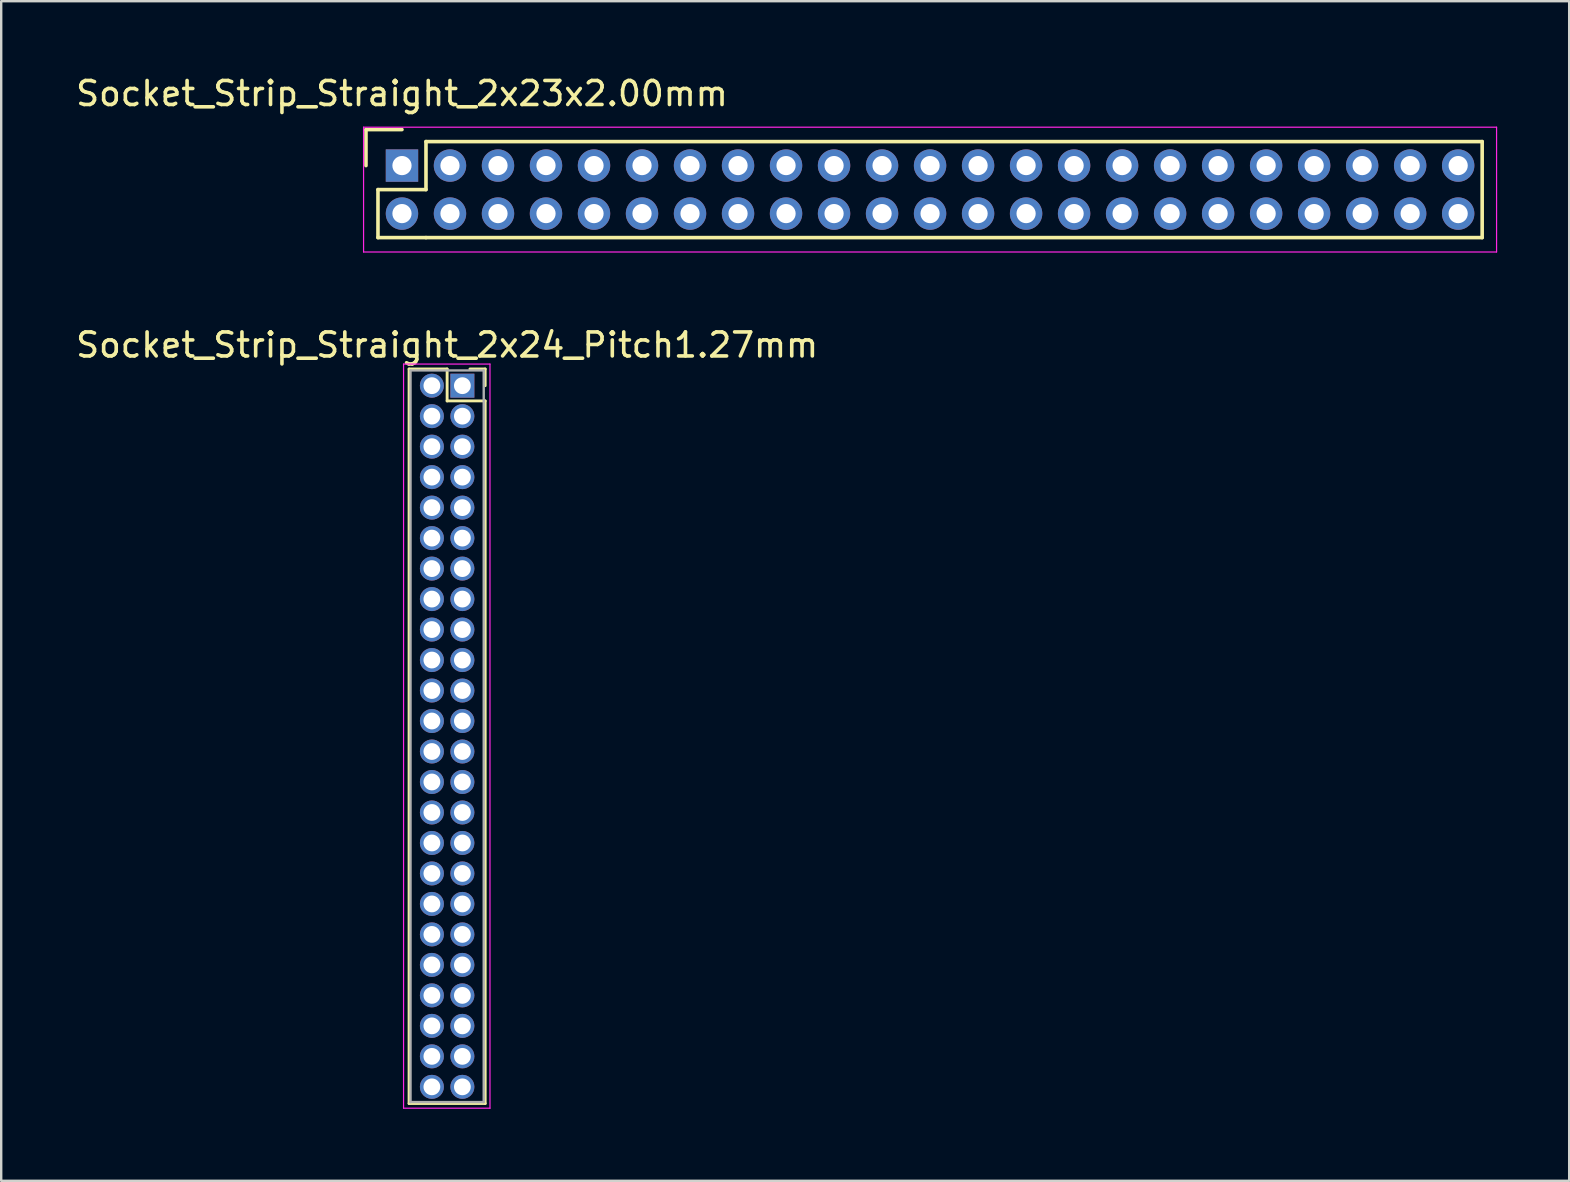
<source format=kicad_pcb>
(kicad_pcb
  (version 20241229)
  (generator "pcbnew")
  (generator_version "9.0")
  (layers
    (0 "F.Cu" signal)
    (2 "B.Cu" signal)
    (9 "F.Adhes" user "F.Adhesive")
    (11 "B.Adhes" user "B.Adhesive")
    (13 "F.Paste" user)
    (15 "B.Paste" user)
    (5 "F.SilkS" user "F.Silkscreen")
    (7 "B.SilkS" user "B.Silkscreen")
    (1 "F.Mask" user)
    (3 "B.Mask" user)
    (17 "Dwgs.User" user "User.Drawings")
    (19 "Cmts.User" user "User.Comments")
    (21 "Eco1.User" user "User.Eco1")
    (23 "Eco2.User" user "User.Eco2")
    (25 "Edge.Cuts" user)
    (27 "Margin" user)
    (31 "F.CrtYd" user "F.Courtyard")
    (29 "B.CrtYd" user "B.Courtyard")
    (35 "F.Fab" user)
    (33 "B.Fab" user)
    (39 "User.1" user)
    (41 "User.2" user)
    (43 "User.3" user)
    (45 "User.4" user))
  (footprint "Socket_Strip_Straight_2x23x2.00mm"
    (layer "F.Cu")
    (at 13.696 3.848)
    (property "Reference" "Socket_Strip_Straight_2x23x2.00mm" (at 0 -3 0) (layer "F.SilkS") (effects (font (size 1 1) (thickness 0.15))))
    (attr through_hole)
    (fp_line (start -1.5 -1.5) (end -1.5 0) (stroke (width 0.15) (type solid)) (layer "F.SilkS"))
    (fp_line (start -1 1) (end -1 3) (stroke (width 0.15) (type solid)) (layer "F.SilkS"))
    (fp_line (start -1 3) (end 1 3) (stroke (width 0.15) (type solid)) (layer "F.SilkS"))
    (fp_line (start 0 -1.5) (end -1.5 -1.5) (stroke (width 0.15) (type solid)) (layer "F.SilkS"))
    (fp_line (start 1 -1) (end 1 1) (stroke (width 0.15) (type solid)) (layer "F.SilkS"))
    (fp_line (start 1 1) (end -1 1) (stroke (width 0.15) (type solid)) (layer "F.SilkS"))
    (fp_line (start 1 3) (end 45 3) (stroke (width 0.15) (type solid)) (layer "F.SilkS"))
    (fp_line (start 45 -1) (end 1 -1) (stroke (width 0.15) (type solid)) (layer "F.SilkS"))
    (fp_line (start 45 3) (end 45 -1) (stroke (width 0.15) (type solid)) (layer "F.SilkS"))
    (fp_line (start -1.6 -1.6) (end -1.6 3.6) (stroke (width 0.05) (type solid)) (layer "F.CrtYd"))
    (fp_line (start -1.6 3.6) (end 45.6 3.6) (stroke (width 0.05) (type solid)) (layer "F.CrtYd"))
    (fp_line (start 45.6 -1.6) (end -1.6 -1.6) (stroke (width 0.05) (type solid)) (layer "F.CrtYd"))
    (fp_line (start 45.6 3.6) (end 45.6 -1.6) (stroke (width 0.05) (type solid)) (layer "F.CrtYd"))
    (pad "1" thru_hole rect (at 0 0) (size 1.35 1.35) (drill 0.8) (layers "*.Cu" "*.Mask"))
    (pad "2" thru_hole circle (at 0 2) (size 1.35 1.35) (drill 0.8) (layers "*.Cu" "*.Mask"))
    (pad "3" thru_hole circle (at 2 0) (size 1.35 1.35) (drill 0.8) (layers "*.Cu" "*.Mask"))
    (pad "4" thru_hole circle (at 2 2) (size 1.35 1.35) (drill 0.8) (layers "*.Cu" "*.Mask"))
    (pad "5" thru_hole circle (at 4 0) (size 1.35 1.35) (drill 0.8) (layers "*.Cu" "*.Mask"))
    (pad "6" thru_hole circle (at 4 2) (size 1.35 1.35) (drill 0.8) (layers "*.Cu" "*.Mask"))
    (pad "7" thru_hole circle (at 6 0) (size 1.35 1.35) (drill 0.8) (layers "*.Cu" "*.Mask"))
    (pad "8" thru_hole circle (at 6 2) (size 1.35 1.35) (drill 0.8) (layers "*.Cu" "*.Mask"))
    (pad "9" thru_hole circle (at 8 0) (size 1.35 1.35) (drill 0.8) (layers "*.Cu" "*.Mask"))
    (pad "10" thru_hole circle (at 8 2) (size 1.35 1.35) (drill 0.8) (layers "*.Cu" "*.Mask"))
    (pad "11" thru_hole circle (at 10 0) (size 1.35 1.35) (drill 0.8) (layers "*.Cu" "*.Mask"))
    (pad "12" thru_hole circle (at 10 2) (size 1.35 1.35) (drill 0.8) (layers "*.Cu" "*.Mask"))
    (pad "13" thru_hole circle (at 12 0) (size 1.35 1.35) (drill 0.8) (layers "*.Cu" "*.Mask"))
    (pad "14" thru_hole circle (at 12 2) (size 1.35 1.35) (drill 0.8) (layers "*.Cu" "*.Mask"))
    (pad "15" thru_hole circle (at 14 0) (size 1.35 1.35) (drill 0.8) (layers "*.Cu" "*.Mask"))
    (pad "16" thru_hole circle (at 14 2) (size 1.35 1.35) (drill 0.8) (layers "*.Cu" "*.Mask"))
    (pad "17" thru_hole circle (at 16 0) (size 1.35 1.35) (drill 0.8) (layers "*.Cu" "*.Mask"))
    (pad "18" thru_hole circle (at 16 2) (size 1.35 1.35) (drill 0.8) (layers "*.Cu" "*.Mask"))
    (pad "19" thru_hole circle (at 18 0) (size 1.35 1.35) (drill 0.8) (layers "*.Cu" "*.Mask"))
    (pad "20" thru_hole circle (at 18 2) (size 1.35 1.35) (drill 0.8) (layers "*.Cu" "*.Mask"))
    (pad "21" thru_hole circle (at 20 0) (size 1.35 1.35) (drill 0.8) (layers "*.Cu" "*.Mask"))
    (pad "22" thru_hole circle (at 20 2) (size 1.35 1.35) (drill 0.8) (layers "*.Cu" "*.Mask"))
    (pad "23" thru_hole circle (at 22 0) (size 1.35 1.35) (drill 0.8) (layers "*.Cu" "*.Mask"))
    (pad "24" thru_hole circle (at 22 2) (size 1.35 1.35) (drill 0.8) (layers "*.Cu" "*.Mask"))
    (pad "25" thru_hole circle (at 24 0) (size 1.35 1.35) (drill 0.8) (layers "*.Cu" "*.Mask"))
    (pad "26" thru_hole circle (at 24 2) (size 1.35 1.35) (drill 0.8) (layers "*.Cu" "*.Mask"))
    (pad "27" thru_hole circle (at 26 0) (size 1.35 1.35) (drill 0.8) (layers "*.Cu" "*.Mask"))
    (pad "28" thru_hole circle (at 26 2) (size 1.35 1.35) (drill 0.8) (layers "*.Cu" "*.Mask"))
    (pad "29" thru_hole circle (at 28 0) (size 1.35 1.35) (drill 0.8) (layers "*.Cu" "*.Mask"))
    (pad "30" thru_hole circle (at 28 2) (size 1.35 1.35) (drill 0.8) (layers "*.Cu" "*.Mask"))
    (pad "31" thru_hole circle (at 30 0) (size 1.35 1.35) (drill 0.8) (layers "*.Cu" "*.Mask"))
    (pad "32" thru_hole circle (at 30 2) (size 1.35 1.35) (drill 0.8) (layers "*.Cu" "*.Mask"))
    (pad "33" thru_hole circle (at 32 0) (size 1.35 1.35) (drill 0.8) (layers "*.Cu" "*.Mask"))
    (pad "34" thru_hole circle (at 32 2) (size 1.35 1.35) (drill 0.8) (layers "*.Cu" "*.Mask"))
    (pad "35" thru_hole circle (at 34 0) (size 1.35 1.35) (drill 0.8) (layers "*.Cu" "*.Mask"))
    (pad "36" thru_hole circle (at 34 2) (size 1.35 1.35) (drill 0.8) (layers "*.Cu" "*.Mask"))
    (pad "37" thru_hole circle (at 36 0) (size 1.35 1.35) (drill 0.8) (layers "*.Cu" "*.Mask"))
    (pad "38" thru_hole circle (at 36 2) (size 1.35 1.35) (drill 0.8) (layers "*.Cu" "*.Mask"))
    (pad "39" thru_hole circle (at 38 0) (size 1.35 1.35) (drill 0.8) (layers "*.Cu" "*.Mask"))
    (pad "40" thru_hole circle (at 38 2) (size 1.35 1.35) (drill 0.8) (layers "*.Cu" "*.Mask"))
    (pad "41" thru_hole circle (at 40 0) (size 1.35 1.35) (drill 0.8) (layers "*.Cu" "*.Mask"))
    (pad "42" thru_hole circle (at 40 2) (size 1.35 1.35) (drill 0.8) (layers "*.Cu" "*.Mask"))
    (pad "43" thru_hole circle (at 42 0) (size 1.35 1.35) (drill 0.8) (layers "*.Cu" "*.Mask"))
    (pad "44" thru_hole circle (at 42 2) (size 1.35 1.35) (drill 0.8) (layers "*.Cu" "*.Mask"))
    (pad "45" thru_hole circle (at 44 0) (size 1.35 1.35) (drill 0.8) (layers "*.Cu" "*.Mask"))
    (pad "46" thru_hole circle (at 44 2) (size 1.35 1.35) (drill 0.8) (layers "*.Cu" "*.Mask")))
  (footprint "Socket_Strip_Straight_2x24_Pitch1.27mm"
    (layer "F.Cu")
    (at 16.212 13.017)
    (property "Reference" "Socket_Strip_Straight_2x24_Pitch1.27mm" (at -0.635 -1.695 0) (layer "F.SilkS") (effects (font (size 1 1) (thickness 0.15))))
    (attr through_hole)
    (fp_line (start -2.22 -0.695) (end -0.635 -0.695) (stroke (width 0.12) (type solid)) (layer "F.SilkS"))
    (fp_line (start -2.22 29.905) (end -2.22 -0.695) (stroke (width 0.12) (type solid)) (layer "F.SilkS"))
    (fp_line (start -0.635 -0.695) (end -0.635 0.635) (stroke (width 0.12) (type solid)) (layer "F.SilkS"))
    (fp_line (start -0.635 0.635) (end 0.95 0.635) (stroke (width 0.12) (type solid)) (layer "F.SilkS"))
    (fp_line (start 0.95 -0.695) (end 0.315 -0.695) (stroke (width 0.12) (type solid)) (layer "F.SilkS"))
    (fp_line (start 0.95 0) (end 0.95 -0.695) (stroke (width 0.12) (type solid)) (layer "F.SilkS"))
    (fp_line (start 0.95 0.635) (end 0.95 29.905) (stroke (width 0.12) (type solid)) (layer "F.SilkS"))
    (fp_line (start 0.95 29.905) (end -2.22 29.905) (stroke (width 0.12) (type solid)) (layer "F.SilkS"))
    (fp_line (start -2.45 -0.9) (end -2.45 30.1) (stroke (width 0.05) (type solid)) (layer "F.CrtYd"))
    (fp_line (start -2.45 30.1) (end 1.15 30.1) (stroke (width 0.05) (type solid)) (layer "F.CrtYd"))
    (fp_line (start 1.15 -0.9) (end -2.45 -0.9) (stroke (width 0.05) (type solid)) (layer "F.CrtYd"))
    (fp_line (start 1.15 30.1) (end 1.15 -0.9) (stroke (width 0.05) (type solid)) (layer "F.CrtYd"))
    (fp_line (start -2.16 -0.635) (end -2.16 29.845) (stroke (width 0.1) (type solid)) (layer "F.Fab"))
    (fp_line (start -2.16 29.845) (end 0.89 29.845) (stroke (width 0.1) (type solid)) (layer "F.Fab"))
    (fp_line (start 0.89 -0.635) (end -2.16 -0.635) (stroke (width 0.1) (type solid)) (layer "F.Fab"))
    (fp_line (start 0.89 29.845) (end 0.89 -0.635) (stroke (width 0.1) (type solid)) (layer "F.Fab"))
    (pad "1" thru_hole rect (at 0 0) (size 1 1) (drill 0.7) (layers "*.Cu" "*.Mask"))
    (pad "2" thru_hole oval (at -1.27 0) (size 1 1) (drill 0.7) (layers "*.Cu" "*.Mask"))
    (pad "3" thru_hole oval (at 0 1.27) (size 1 1) (drill 0.7) (layers "*.Cu" "*.Mask"))
    (pad "4" thru_hole oval (at -1.27 1.27) (size 1 1) (drill 0.7) (layers "*.Cu" "*.Mask"))
    (pad "5" thru_hole oval (at 0 2.54) (size 1 1) (drill 0.7) (layers "*.Cu" "*.Mask"))
    (pad "6" thru_hole oval (at -1.27 2.54) (size 1 1) (drill 0.7) (layers "*.Cu" "*.Mask"))
    (pad "7" thru_hole oval (at 0 3.81) (size 1 1) (drill 0.7) (layers "*.Cu" "*.Mask"))
    (pad "8" thru_hole oval (at -1.27 3.81) (size 1 1) (drill 0.7) (layers "*.Cu" "*.Mask"))
    (pad "9" thru_hole oval (at 0 5.08) (size 1 1) (drill 0.7) (layers "*.Cu" "*.Mask"))
    (pad "10" thru_hole oval (at -1.27 5.08) (size 1 1) (drill 0.7) (layers "*.Cu" "*.Mask"))
    (pad "11" thru_hole oval (at 0 6.35) (size 1 1) (drill 0.7) (layers "*.Cu" "*.Mask"))
    (pad "12" thru_hole oval (at -1.27 6.35) (size 1 1) (drill 0.7) (layers "*.Cu" "*.Mask"))
    (pad "13" thru_hole oval (at 0 7.62) (size 1 1) (drill 0.7) (layers "*.Cu" "*.Mask"))
    (pad "14" thru_hole oval (at -1.27 7.62) (size 1 1) (drill 0.7) (layers "*.Cu" "*.Mask"))
    (pad "15" thru_hole oval (at 0 8.89) (size 1 1) (drill 0.7) (layers "*.Cu" "*.Mask"))
    (pad "16" thru_hole oval (at -1.27 8.89) (size 1 1) (drill 0.7) (layers "*.Cu" "*.Mask"))
    (pad "17" thru_hole oval (at 0 10.16) (size 1 1) (drill 0.7) (layers "*.Cu" "*.Mask"))
    (pad "18" thru_hole oval (at -1.27 10.16) (size 1 1) (drill 0.7) (layers "*.Cu" "*.Mask"))
    (pad "19" thru_hole oval (at 0 11.43) (size 1 1) (drill 0.7) (layers "*.Cu" "*.Mask"))
    (pad "20" thru_hole oval (at -1.27 11.43) (size 1 1) (drill 0.7) (layers "*.Cu" "*.Mask"))
    (pad "21" thru_hole oval (at 0 12.7) (size 1 1) (drill 0.7) (layers "*.Cu" "*.Mask"))
    (pad "22" thru_hole oval (at -1.27 12.7) (size 1 1) (drill 0.7) (layers "*.Cu" "*.Mask"))
    (pad "23" thru_hole oval (at 0 13.97) (size 1 1) (drill 0.7) (layers "*.Cu" "*.Mask"))
    (pad "24" thru_hole oval (at -1.27 13.97) (size 1 1) (drill 0.7) (layers "*.Cu" "*.Mask"))
    (pad "25" thru_hole oval (at 0 15.24) (size 1 1) (drill 0.7) (layers "*.Cu" "*.Mask"))
    (pad "26" thru_hole oval (at -1.27 15.24) (size 1 1) (drill 0.7) (layers "*.Cu" "*.Mask"))
    (pad "27" thru_hole oval (at 0 16.51) (size 1 1) (drill 0.7) (layers "*.Cu" "*.Mask"))
    (pad "28" thru_hole oval (at -1.27 16.51) (size 1 1) (drill 0.7) (layers "*.Cu" "*.Mask"))
    (pad "29" thru_hole oval (at 0 17.78) (size 1 1) (drill 0.7) (layers "*.Cu" "*.Mask"))
    (pad "30" thru_hole oval (at -1.27 17.78) (size 1 1) (drill 0.7) (layers "*.Cu" "*.Mask"))
    (pad "31" thru_hole oval (at 0 19.05) (size 1 1) (drill 0.7) (layers "*.Cu" "*.Mask"))
    (pad "32" thru_hole oval (at -1.27 19.05) (size 1 1) (drill 0.7) (layers "*.Cu" "*.Mask"))
    (pad "33" thru_hole oval (at 0 20.32) (size 1 1) (drill 0.7) (layers "*.Cu" "*.Mask"))
    (pad "34" thru_hole oval (at -1.27 20.32) (size 1 1) (drill 0.7) (layers "*.Cu" "*.Mask"))
    (pad "35" thru_hole oval (at 0 21.59) (size 1 1) (drill 0.7) (layers "*.Cu" "*.Mask"))
    (pad "36" thru_hole oval (at -1.27 21.59) (size 1 1) (drill 0.7) (layers "*.Cu" "*.Mask"))
    (pad "37" thru_hole oval (at 0 22.86) (size 1 1) (drill 0.7) (layers "*.Cu" "*.Mask"))
    (pad "38" thru_hole oval (at -1.27 22.86) (size 1 1) (drill 0.7) (layers "*.Cu" "*.Mask"))
    (pad "39" thru_hole oval (at 0 24.13) (size 1 1) (drill 0.7) (layers "*.Cu" "*.Mask"))
    (pad "40" thru_hole oval (at -1.27 24.13) (size 1 1) (drill 0.7) (layers "*.Cu" "*.Mask"))
    (pad "41" thru_hole oval (at 0 25.4) (size 1 1) (drill 0.7) (layers "*.Cu" "*.Mask"))
    (pad "42" thru_hole oval (at -1.27 25.4) (size 1 1) (drill 0.7) (layers "*.Cu" "*.Mask"))
    (pad "43" thru_hole oval (at 0 26.67) (size 1 1) (drill 0.7) (layers "*.Cu" "*.Mask"))
    (pad "44" thru_hole oval (at -1.27 26.67) (size 1 1) (drill 0.7) (layers "*.Cu" "*.Mask"))
    (pad "45" thru_hole oval (at 0 27.94) (size 1 1) (drill 0.7) (layers "*.Cu" "*.Mask"))
    (pad "46" thru_hole oval (at -1.27 27.94) (size 1 1) (drill 0.7) (layers "*.Cu" "*.Mask"))
    (pad "47" thru_hole oval (at 0 29.21) (size 1 1) (drill 0.7) (layers "*.Cu" "*.Mask"))
    (pad "48" thru_hole oval (at -1.27 29.21) (size 1 1) (drill 0.7) (layers "*.Cu" "*.Mask")))
  (gr_rect
    (start -3 -3)
    (end 62.321 46.142)
    (stroke (width 0.1) (type default))
    (fill no)
    (layer "Edge.Cuts")))
</source>
